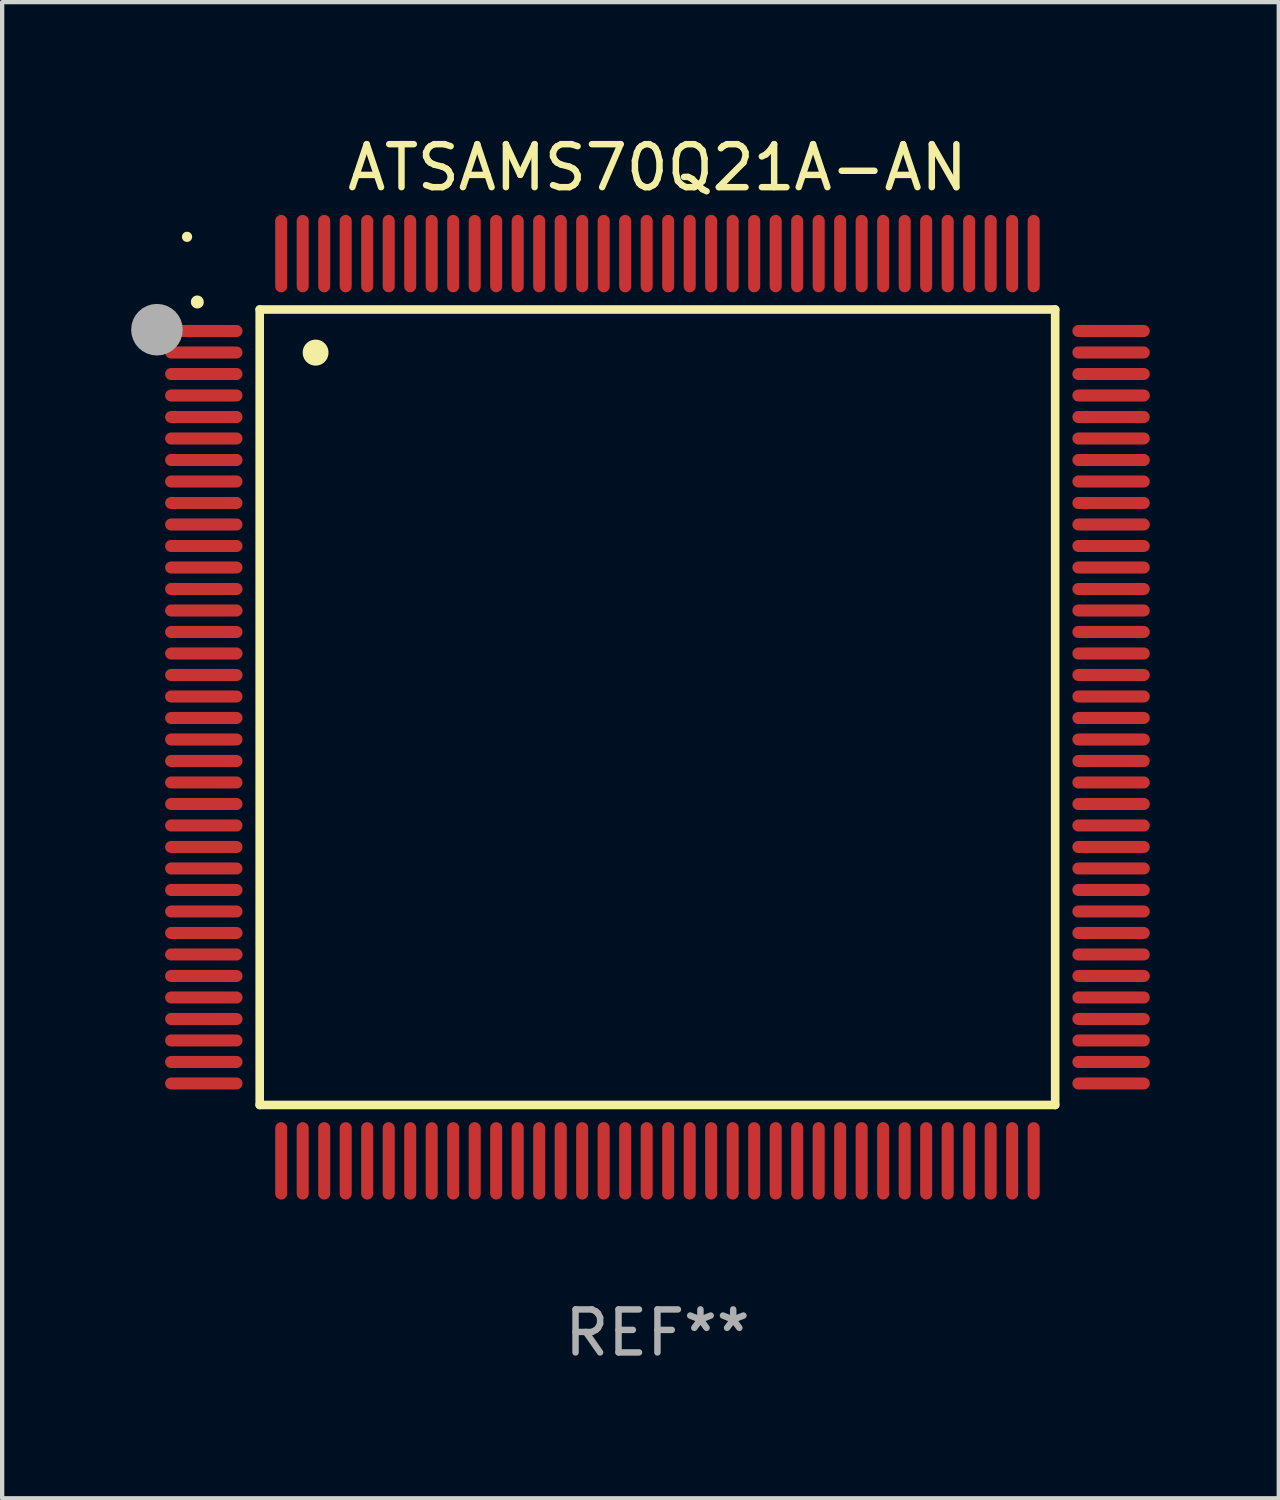
<source format=kicad_pcb>
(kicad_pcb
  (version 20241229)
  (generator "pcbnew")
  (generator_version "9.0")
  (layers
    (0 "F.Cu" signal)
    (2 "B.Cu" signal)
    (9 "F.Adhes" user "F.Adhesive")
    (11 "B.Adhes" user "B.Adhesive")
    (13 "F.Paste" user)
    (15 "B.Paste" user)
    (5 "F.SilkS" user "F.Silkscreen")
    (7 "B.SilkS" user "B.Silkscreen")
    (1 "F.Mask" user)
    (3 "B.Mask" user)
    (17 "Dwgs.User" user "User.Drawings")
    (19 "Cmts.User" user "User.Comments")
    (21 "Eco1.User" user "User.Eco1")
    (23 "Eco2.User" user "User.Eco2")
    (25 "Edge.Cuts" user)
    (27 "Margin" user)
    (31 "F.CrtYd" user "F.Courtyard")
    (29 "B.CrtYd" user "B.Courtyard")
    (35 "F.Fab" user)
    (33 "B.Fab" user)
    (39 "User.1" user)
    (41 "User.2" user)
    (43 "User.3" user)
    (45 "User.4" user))
  (footprint "ATSAMS70Q21A-AN"
    (layer "F.Cu")
    (at 12.24 13.398)
    (property "Reference" "ATSAMS70Q21A-AN" (at 0 -12.55 0) (layer "F.SilkS") (effects (font (size 1 1) (thickness 0.15))))
    (attr through_hole)
    (fp_line (start -9.25 -9.25) (end 9.25 -9.25) (stroke (width 0.2) (type solid)) (layer "F.SilkS"))
    (fp_line (start -9.25 9.25) (end -9.25 -9.25) (stroke (width 0.2) (type solid)) (layer "F.SilkS"))
    (fp_line (start 9.25 -9.25) (end 9.25 9.25) (stroke (width 0.2) (type solid)) (layer "F.SilkS"))
    (fp_line (start 9.25 9.25) (end -9.25 9.25) (stroke (width 0.2) (type solid)) (layer "F.SilkS"))
    (fp_arc (start -10.701041 -9.423419) (mid -10.701046 -9.424689) (end -10.701041 -9.425959) (stroke (width 0.3) (type solid)) (layer "F.SilkS"))
    (fp_arc (start -7.950216 -8.244856) (mid -7.950227 -8.247396) (end -7.950216 -8.249936) (stroke (width 0.6) (type solid)) (layer "F.SilkS"))
    (fp_circle (center -10.94 -10.94) (end -10.88 -10.94) (stroke (width 0.12) (type solid)) (fill no) (layer "F.SilkS"))
    (fp_circle (center -11.64 -8.78) (end -11.34 -8.78) (stroke (width 0.6) (type solid)) (fill no) (layer "F.Fab"))
    (fp_text user "REF**" (at 0 14.55 0) (layer "F.Fab") (effects (font (size 1 1) (thickness 0.15))))
    (pad "1" smd oval (at -10.55 -8.75 90) (size 0.28 1.8) (layers "F.Cu" "F.Mask" "F.Paste"))
    (pad "2" smd oval (at -10.55 -8.25 90) (size 0.28 1.8) (layers "F.Cu" "F.Mask" "F.Paste"))
    (pad "3" smd oval (at -10.55 -7.75 90) (size 0.28 1.8) (layers "F.Cu" "F.Mask" "F.Paste"))
    (pad "4" smd oval (at -10.55 -7.25 90) (size 0.28 1.8) (layers "F.Cu" "F.Mask" "F.Paste"))
    (pad "5" smd oval (at -10.55 -6.75 90) (size 0.28 1.8) (layers "F.Cu" "F.Mask" "F.Paste"))
    (pad "6" smd oval (at -10.55 -6.25 90) (size 0.28 1.8) (layers "F.Cu" "F.Mask" "F.Paste"))
    (pad "7" smd oval (at -10.55 -5.75 90) (size 0.28 1.8) (layers "F.Cu" "F.Mask" "F.Paste"))
    (pad "8" smd oval (at -10.55 -5.25 90) (size 0.28 1.8) (layers "F.Cu" "F.Mask" "F.Paste"))
    (pad "9" smd oval (at -10.55 -4.75 90) (size 0.28 1.8) (layers "F.Cu" "F.Mask" "F.Paste"))
    (pad "10" smd oval (at -10.55 -4.25 90) (size 0.28 1.8) (layers "F.Cu" "F.Mask" "F.Paste"))
    (pad "11" smd oval (at -10.55 -3.75 90) (size 0.28 1.8) (layers "F.Cu" "F.Mask" "F.Paste"))
    (pad "12" smd oval (at -10.55 -3.25 90) (size 0.28 1.8) (layers "F.Cu" "F.Mask" "F.Paste"))
    (pad "13" smd oval (at -10.55 -2.75 90) (size 0.28 1.8) (layers "F.Cu" "F.Mask" "F.Paste"))
    (pad "14" smd oval (at -10.55 -2.25 90) (size 0.28 1.8) (layers "F.Cu" "F.Mask" "F.Paste"))
    (pad "15" smd oval (at -10.55 -1.75 90) (size 0.28 1.8) (layers "F.Cu" "F.Mask" "F.Paste"))
    (pad "16" smd oval (at -10.55 -1.25 90) (size 0.28 1.8) (layers "F.Cu" "F.Mask" "F.Paste"))
    (pad "17" smd oval (at -10.55 -0.75 90) (size 0.28 1.8) (layers "F.Cu" "F.Mask" "F.Paste"))
    (pad "18" smd oval (at -10.55 -0.25 90) (size 0.28 1.8) (layers "F.Cu" "F.Mask" "F.Paste"))
    (pad "19" smd oval (at -10.55 0.25 90) (size 0.28 1.8) (layers "F.Cu" "F.Mask" "F.Paste"))
    (pad "20" smd oval (at -10.55 0.75 90) (size 0.28 1.8) (layers "F.Cu" "F.Mask" "F.Paste"))
    (pad "21" smd oval (at -10.55 1.25 90) (size 0.28 1.8) (layers "F.Cu" "F.Mask" "F.Paste"))
    (pad "22" smd oval (at -10.55 1.75 90) (size 0.28 1.8) (layers "F.Cu" "F.Mask" "F.Paste"))
    (pad "23" smd oval (at -10.55 2.25 90) (size 0.28 1.8) (layers "F.Cu" "F.Mask" "F.Paste"))
    (pad "24" smd oval (at -10.55 2.75 90) (size 0.28 1.8) (layers "F.Cu" "F.Mask" "F.Paste"))
    (pad "25" smd oval (at -10.55 3.25 90) (size 0.28 1.8) (layers "F.Cu" "F.Mask" "F.Paste"))
    (pad "26" smd oval (at -10.55 3.75 90) (size 0.28 1.8) (layers "F.Cu" "F.Mask" "F.Paste"))
    (pad "27" smd oval (at -10.55 4.25 90) (size 0.28 1.8) (layers "F.Cu" "F.Mask" "F.Paste"))
    (pad "28" smd oval (at -10.55 4.75 90) (size 0.28 1.8) (layers "F.Cu" "F.Mask" "F.Paste"))
    (pad "29" smd oval (at -10.55 5.25 90) (size 0.28 1.8) (layers "F.Cu" "F.Mask" "F.Paste"))
    (pad "30" smd oval (at -10.55 5.75 90) (size 0.28 1.8) (layers "F.Cu" "F.Mask" "F.Paste"))
    (pad "31" smd oval (at -10.55 6.25 90) (size 0.28 1.8) (layers "F.Cu" "F.Mask" "F.Paste"))
    (pad "32" smd oval (at -10.55 6.75 90) (size 0.28 1.8) (layers "F.Cu" "F.Mask" "F.Paste"))
    (pad "33" smd oval (at -10.55 7.25 90) (size 0.28 1.8) (layers "F.Cu" "F.Mask" "F.Paste"))
    (pad "34" smd oval (at -10.55 7.75 90) (size 0.28 1.8) (layers "F.Cu" "F.Mask" "F.Paste"))
    (pad "35" smd oval (at -10.55 8.25 90) (size 0.28 1.8) (layers "F.Cu" "F.Mask" "F.Paste"))
    (pad "36" smd oval (at -10.55 8.75 90) (size 0.28 1.8) (layers "F.Cu" "F.Mask" "F.Paste"))
    (pad "37" smd oval (at -8.75 10.55) (size 0.28 1.8) (layers "F.Cu" "F.Mask" "F.Paste"))
    (pad "38" smd oval (at -8.25 10.55) (size 0.28 1.8) (layers "F.Cu" "F.Mask" "F.Paste"))
    (pad "39" smd oval (at -7.75 10.55) (size 0.28 1.8) (layers "F.Cu" "F.Mask" "F.Paste"))
    (pad "40" smd oval (at -7.25 10.55) (size 0.28 1.8) (layers "F.Cu" "F.Mask" "F.Paste"))
    (pad "41" smd oval (at -6.75 10.55) (size 0.28 1.8) (layers "F.Cu" "F.Mask" "F.Paste"))
    (pad "42" smd oval (at -6.25 10.55) (size 0.28 1.8) (layers "F.Cu" "F.Mask" "F.Paste"))
    (pad "43" smd oval (at -5.75 10.55) (size 0.28 1.8) (layers "F.Cu" "F.Mask" "F.Paste"))
    (pad "44" smd oval (at -5.25 10.55) (size 0.28 1.8) (layers "F.Cu" "F.Mask" "F.Paste"))
    (pad "45" smd oval (at -4.75 10.55) (size 0.28 1.8) (layers "F.Cu" "F.Mask" "F.Paste"))
    (pad "46" smd oval (at -4.25 10.55) (size 0.28 1.8) (layers "F.Cu" "F.Mask" "F.Paste"))
    (pad "47" smd oval (at -3.75 10.55) (size 0.28 1.8) (layers "F.Cu" "F.Mask" "F.Paste"))
    (pad "48" smd oval (at -3.25 10.55) (size 0.28 1.8) (layers "F.Cu" "F.Mask" "F.Paste"))
    (pad "49" smd oval (at -2.75 10.55) (size 0.28 1.8) (layers "F.Cu" "F.Mask" "F.Paste"))
    (pad "50" smd oval (at -2.25 10.55) (size 0.28 1.8) (layers "F.Cu" "F.Mask" "F.Paste"))
    (pad "51" smd oval (at -1.75 10.55) (size 0.28 1.8) (layers "F.Cu" "F.Mask" "F.Paste"))
    (pad "52" smd oval (at -1.25 10.55) (size 0.28 1.8) (layers "F.Cu" "F.Mask" "F.Paste"))
    (pad "53" smd oval (at -0.75 10.55) (size 0.28 1.8) (layers "F.Cu" "F.Mask" "F.Paste"))
    (pad "54" smd oval (at -0.25 10.55) (size 0.28 1.8) (layers "F.Cu" "F.Mask" "F.Paste"))
    (pad "55" smd oval (at 0.25 10.55) (size 0.28 1.8) (layers "F.Cu" "F.Mask" "F.Paste"))
    (pad "56" smd oval (at 0.75 10.55) (size 0.28 1.8) (layers "F.Cu" "F.Mask" "F.Paste"))
    (pad "57" smd oval (at 1.25 10.55) (size 0.28 1.8) (layers "F.Cu" "F.Mask" "F.Paste"))
    (pad "58" smd oval (at 1.75 10.55) (size 0.28 1.8) (layers "F.Cu" "F.Mask" "F.Paste"))
    (pad "59" smd oval (at 2.25 10.55) (size 0.28 1.8) (layers "F.Cu" "F.Mask" "F.Paste"))
    (pad "60" smd oval (at 2.75 10.55) (size 0.28 1.8) (layers "F.Cu" "F.Mask" "F.Paste"))
    (pad "61" smd oval (at 3.25 10.55) (size 0.28 1.8) (layers "F.Cu" "F.Mask" "F.Paste"))
    (pad "62" smd oval (at 3.75 10.55) (size 0.28 1.8) (layers "F.Cu" "F.Mask" "F.Paste"))
    (pad "63" smd oval (at 4.25 10.55) (size 0.28 1.8) (layers "F.Cu" "F.Mask" "F.Paste"))
    (pad "64" smd oval (at 4.75 10.55) (size 0.28 1.8) (layers "F.Cu" "F.Mask" "F.Paste"))
    (pad "65" smd oval (at 5.25 10.55) (size 0.28 1.8) (layers "F.Cu" "F.Mask" "F.Paste"))
    (pad "66" smd oval (at 5.75 10.55) (size 0.28 1.8) (layers "F.Cu" "F.Mask" "F.Paste"))
    (pad "67" smd oval (at 6.25 10.55) (size 0.28 1.8) (layers "F.Cu" "F.Mask" "F.Paste"))
    (pad "68" smd oval (at 6.75 10.55) (size 0.28 1.8) (layers "F.Cu" "F.Mask" "F.Paste"))
    (pad "69" smd oval (at 7.25 10.55) (size 0.28 1.8) (layers "F.Cu" "F.Mask" "F.Paste"))
    (pad "70" smd oval (at 7.75 10.55) (size 0.28 1.8) (layers "F.Cu" "F.Mask" "F.Paste"))
    (pad "71" smd oval (at 8.25 10.55) (size 0.28 1.8) (layers "F.Cu" "F.Mask" "F.Paste"))
    (pad "72" smd oval (at 8.75 10.55) (size 0.28 1.8) (layers "F.Cu" "F.Mask" "F.Paste"))
    (pad "73" smd oval (at 10.55 8.75 90) (size 0.28 1.8) (layers "F.Cu" "F.Mask" "F.Paste"))
    (pad "74" smd oval (at 10.55 8.25 90) (size 0.28 1.8) (layers "F.Cu" "F.Mask" "F.Paste"))
    (pad "75" smd oval (at 10.55 7.75 90) (size 0.28 1.8) (layers "F.Cu" "F.Mask" "F.Paste"))
    (pad "76" smd oval (at 10.55 7.25 90) (size 0.28 1.8) (layers "F.Cu" "F.Mask" "F.Paste"))
    (pad "77" smd oval (at 10.55 6.75 90) (size 0.28 1.8) (layers "F.Cu" "F.Mask" "F.Paste"))
    (pad "78" smd oval (at 10.55 6.25 90) (size 0.28 1.8) (layers "F.Cu" "F.Mask" "F.Paste"))
    (pad "79" smd oval (at 10.55 5.75 90) (size 0.28 1.8) (layers "F.Cu" "F.Mask" "F.Paste"))
    (pad "80" smd oval (at 10.55 5.25 90) (size 0.28 1.8) (layers "F.Cu" "F.Mask" "F.Paste"))
    (pad "81" smd oval (at 10.55 4.75 90) (size 0.28 1.8) (layers "F.Cu" "F.Mask" "F.Paste"))
    (pad "82" smd oval (at 10.55 4.25 90) (size 0.28 1.8) (layers "F.Cu" "F.Mask" "F.Paste"))
    (pad "83" smd oval (at 10.55 3.75 90) (size 0.28 1.8) (layers "F.Cu" "F.Mask" "F.Paste"))
    (pad "84" smd oval (at 10.55 3.25 90) (size 0.28 1.8) (layers "F.Cu" "F.Mask" "F.Paste"))
    (pad "85" smd oval (at 10.55 2.75 90) (size 0.28 1.8) (layers "F.Cu" "F.Mask" "F.Paste"))
    (pad "86" smd oval (at 10.55 2.25 90) (size 0.28 1.8) (layers "F.Cu" "F.Mask" "F.Paste"))
    (pad "87" smd oval (at 10.55 1.75 90) (size 0.28 1.8) (layers "F.Cu" "F.Mask" "F.Paste"))
    (pad "88" smd oval (at 10.55 1.25 90) (size 0.28 1.8) (layers "F.Cu" "F.Mask" "F.Paste"))
    (pad "89" smd oval (at 10.55 0.75 90) (size 0.28 1.8) (layers "F.Cu" "F.Mask" "F.Paste"))
    (pad "90" smd oval (at 10.55 0.25 90) (size 0.28 1.8) (layers "F.Cu" "F.Mask" "F.Paste"))
    (pad "91" smd oval (at 10.55 -0.25 90) (size 0.28 1.8) (layers "F.Cu" "F.Mask" "F.Paste"))
    (pad "92" smd oval (at 10.55 -0.75 90) (size 0.28 1.8) (layers "F.Cu" "F.Mask" "F.Paste"))
    (pad "93" smd oval (at 10.55 -1.25 90) (size 0.28 1.8) (layers "F.Cu" "F.Mask" "F.Paste"))
    (pad "94" smd oval (at 10.55 -1.75 90) (size 0.28 1.8) (layers "F.Cu" "F.Mask" "F.Paste"))
    (pad "95" smd oval (at 10.55 -2.25 90) (size 0.28 1.8) (layers "F.Cu" "F.Mask" "F.Paste"))
    (pad "96" smd oval (at 10.55 -2.75 90) (size 0.28 1.8) (layers "F.Cu" "F.Mask" "F.Paste"))
    (pad "97" smd oval (at 10.55 -3.25 90) (size 0.28 1.8) (layers "F.Cu" "F.Mask" "F.Paste"))
    (pad "98" smd oval (at 10.55 -3.75 90) (size 0.28 1.8) (layers "F.Cu" "F.Mask" "F.Paste"))
    (pad "99" smd oval (at 10.55 -4.25 90) (size 0.28 1.8) (layers "F.Cu" "F.Mask" "F.Paste"))
    (pad "100" smd oval (at 10.55 -4.75 90) (size 0.28 1.8) (layers "F.Cu" "F.Mask" "F.Paste"))
    (pad "101" smd oval (at 10.55 -5.25 90) (size 0.28 1.8) (layers "F.Cu" "F.Mask" "F.Paste"))
    (pad "102" smd oval (at 10.55 -5.75 90) (size 0.28 1.8) (layers "F.Cu" "F.Mask" "F.Paste"))
    (pad "103" smd oval (at 10.55 -6.25 90) (size 0.28 1.8) (layers "F.Cu" "F.Mask" "F.Paste"))
    (pad "104" smd oval (at 10.55 -6.75 90) (size 0.28 1.8) (layers "F.Cu" "F.Mask" "F.Paste"))
    (pad "105" smd oval (at 10.55 -7.25 90) (size 0.28 1.8) (layers "F.Cu" "F.Mask" "F.Paste"))
    (pad "106" smd oval (at 10.55 -7.75 90) (size 0.28 1.8) (layers "F.Cu" "F.Mask" "F.Paste"))
    (pad "107" smd oval (at 10.55 -8.25 90) (size 0.28 1.8) (layers "F.Cu" "F.Mask" "F.Paste"))
    (pad "108" smd oval (at 10.55 -8.75 90) (size 0.28 1.8) (layers "F.Cu" "F.Mask" "F.Paste"))
    (pad "109" smd oval (at 8.75 -10.55) (size 0.28 1.8) (layers "F.Cu" "F.Mask" "F.Paste"))
    (pad "110" smd oval (at 8.25 -10.55) (size 0.28 1.8) (layers "F.Cu" "F.Mask" "F.Paste"))
    (pad "111" smd oval (at 7.75 -10.55) (size 0.28 1.8) (layers "F.Cu" "F.Mask" "F.Paste"))
    (pad "112" smd oval (at 7.25 -10.55) (size 0.28 1.8) (layers "F.Cu" "F.Mask" "F.Paste"))
    (pad "113" smd oval (at 6.75 -10.55) (size 0.28 1.8) (layers "F.Cu" "F.Mask" "F.Paste"))
    (pad "114" smd oval (at 6.25 -10.55) (size 0.28 1.8) (layers "F.Cu" "F.Mask" "F.Paste"))
    (pad "115" smd oval (at 5.75 -10.55) (size 0.28 1.8) (layers "F.Cu" "F.Mask" "F.Paste"))
    (pad "116" smd oval (at 5.25 -10.55) (size 0.28 1.8) (layers "F.Cu" "F.Mask" "F.Paste"))
    (pad "117" smd oval (at 4.75 -10.55) (size 0.28 1.8) (layers "F.Cu" "F.Mask" "F.Paste"))
    (pad "118" smd oval (at 4.25 -10.55) (size 0.28 1.8) (layers "F.Cu" "F.Mask" "F.Paste"))
    (pad "119" smd oval (at 3.75 -10.55) (size 0.28 1.8) (layers "F.Cu" "F.Mask" "F.Paste"))
    (pad "120" smd oval (at 3.25 -10.55) (size 0.28 1.8) (layers "F.Cu" "F.Mask" "F.Paste"))
    (pad "121" smd oval (at 2.75 -10.55) (size 0.28 1.8) (layers "F.Cu" "F.Mask" "F.Paste"))
    (pad "122" smd oval (at 2.25 -10.55) (size 0.28 1.8) (layers "F.Cu" "F.Mask" "F.Paste"))
    (pad "123" smd oval (at 1.75 -10.55) (size 0.28 1.8) (layers "F.Cu" "F.Mask" "F.Paste"))
    (pad "124" smd oval (at 1.25 -10.55) (size 0.28 1.8) (layers "F.Cu" "F.Mask" "F.Paste"))
    (pad "125" smd oval (at 0.75 -10.55) (size 0.28 1.8) (layers "F.Cu" "F.Mask" "F.Paste"))
    (pad "126" smd oval (at 0.25 -10.55) (size 0.28 1.8) (layers "F.Cu" "F.Mask" "F.Paste"))
    (pad "127" smd oval (at -0.25 -10.55) (size 0.28 1.8) (layers "F.Cu" "F.Mask" "F.Paste"))
    (pad "128" smd oval (at -0.75 -10.55) (size 0.28 1.8) (layers "F.Cu" "F.Mask" "F.Paste"))
    (pad "129" smd oval (at -1.25 -10.55) (size 0.28 1.8) (layers "F.Cu" "F.Mask" "F.Paste"))
    (pad "130" smd oval (at -1.75 -10.55) (size 0.28 1.8) (layers "F.Cu" "F.Mask" "F.Paste"))
    (pad "131" smd oval (at -2.25 -10.55) (size 0.28 1.8) (layers "F.Cu" "F.Mask" "F.Paste"))
    (pad "132" smd oval (at -2.75 -10.55) (size 0.28 1.8) (layers "F.Cu" "F.Mask" "F.Paste"))
    (pad "133" smd oval (at -3.25 -10.55) (size 0.28 1.8) (layers "F.Cu" "F.Mask" "F.Paste"))
    (pad "134" smd oval (at -3.75 -10.55) (size 0.28 1.8) (layers "F.Cu" "F.Mask" "F.Paste"))
    (pad "135" smd oval (at -4.25 -10.55) (size 0.28 1.8) (layers "F.Cu" "F.Mask" "F.Paste"))
    (pad "136" smd oval (at -4.75 -10.55) (size 0.28 1.8) (layers "F.Cu" "F.Mask" "F.Paste"))
    (pad "137" smd oval (at -5.25 -10.55) (size 0.28 1.8) (layers "F.Cu" "F.Mask" "F.Paste"))
    (pad "138" smd oval (at -5.75 -10.55) (size 0.28 1.8) (layers "F.Cu" "F.Mask" "F.Paste"))
    (pad "139" smd oval (at -6.25 -10.55) (size 0.28 1.8) (layers "F.Cu" "F.Mask" "F.Paste"))
    (pad "140" smd oval (at -6.75 -10.55) (size 0.28 1.8) (layers "F.Cu" "F.Mask" "F.Paste"))
    (pad "141" smd oval (at -7.25 -10.55) (size 0.28 1.8) (layers "F.Cu" "F.Mask" "F.Paste"))
    (pad "142" smd oval (at -7.75 -10.55) (size 0.28 1.8) (layers "F.Cu" "F.Mask" "F.Paste"))
    (pad "143" smd oval (at -8.25 -10.55) (size 0.28 1.8) (layers "F.Cu" "F.Mask" "F.Paste"))
    (pad "144" smd oval (at -8.75 -10.55) (size 0.28 1.8) (layers "F.Cu" "F.Mask" "F.Paste")))
  (gr_rect
    (start -3 -3)
    (end 26.69 31.796)
    (stroke (width 0.1) (type default))
    (fill no)
    (layer "Edge.Cuts")))
</source>
